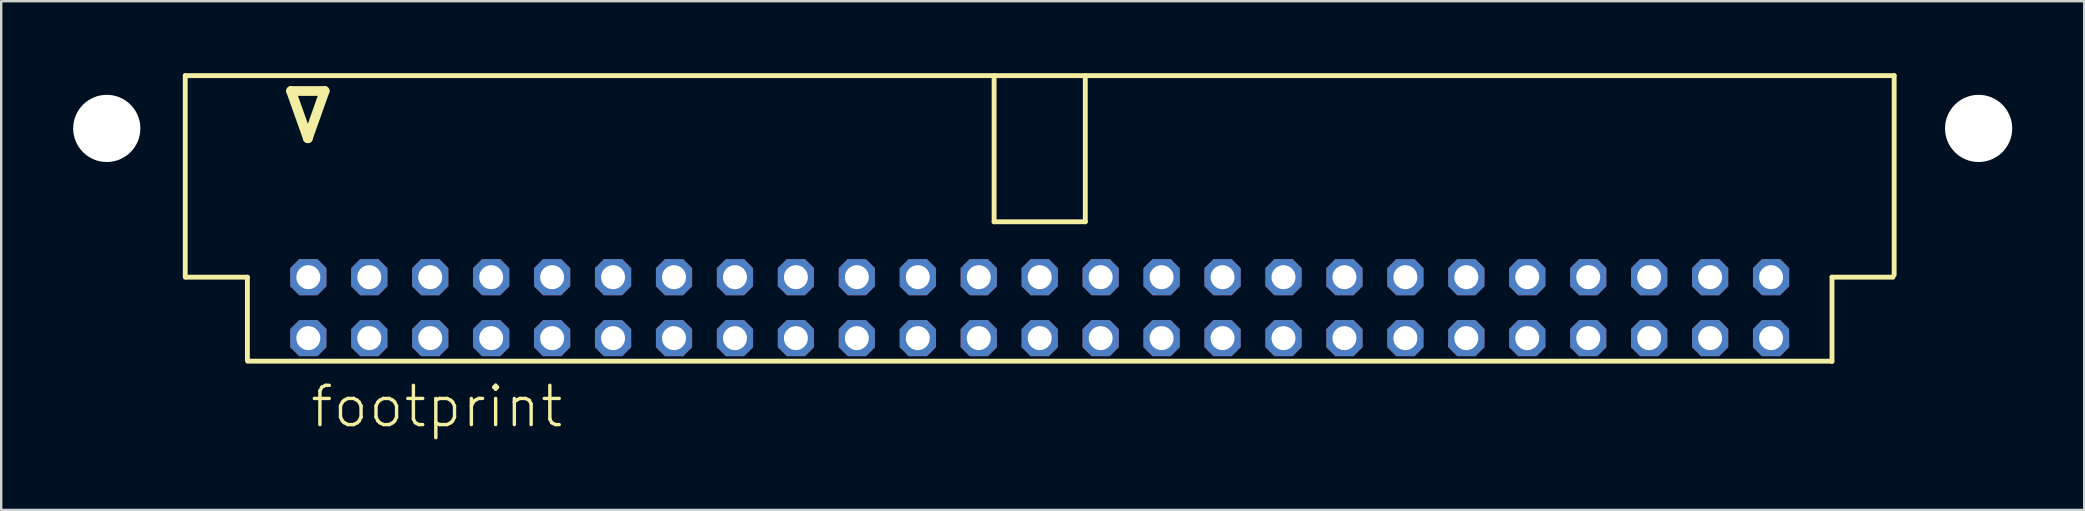
<source format=kicad_pcb>
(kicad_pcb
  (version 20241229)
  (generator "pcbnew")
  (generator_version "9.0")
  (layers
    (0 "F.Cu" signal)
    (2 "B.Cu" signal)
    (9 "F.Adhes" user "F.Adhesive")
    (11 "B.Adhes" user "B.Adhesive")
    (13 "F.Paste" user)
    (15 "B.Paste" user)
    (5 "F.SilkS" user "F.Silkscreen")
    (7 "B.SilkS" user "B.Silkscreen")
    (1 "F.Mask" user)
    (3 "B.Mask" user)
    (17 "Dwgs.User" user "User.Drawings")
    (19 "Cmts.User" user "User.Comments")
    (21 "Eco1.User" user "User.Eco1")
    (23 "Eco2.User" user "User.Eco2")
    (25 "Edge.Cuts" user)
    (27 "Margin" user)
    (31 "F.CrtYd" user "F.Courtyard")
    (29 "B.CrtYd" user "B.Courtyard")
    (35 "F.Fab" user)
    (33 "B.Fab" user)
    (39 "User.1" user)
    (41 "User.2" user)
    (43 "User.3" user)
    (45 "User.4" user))
  (footprint "footprint"
    (layer "F.Cu")
    (at 40.28 5.962)
    (property "Reference" "footprint" (at -30.48 8.89 0) (layer "F.SilkS") (effects (font (size 1.636 1.636) (thickness 0.142)) (justify left bottom)))
    (fp_line (start -35.61 -5.86) (end 35.61 -5.86) (stroke (width 0.203) (type solid)) (layer "F.SilkS"))
    (fp_line (start -35.61 2.54) (end -35.61 -5.86) (stroke (width 0.203) (type solid)) (layer "F.SilkS"))
    (fp_line (start -35.56 2.54) (end -33.02 2.54) (stroke (width 0.203) (type solid)) (layer "F.SilkS"))
    (fp_line (start -33.02 2.54) (end -33.02 5.98) (stroke (width 0.203) (type solid)) (layer "F.SilkS"))
    (fp_line (start -31.2 -5.22) (end -30.5 -3.25) (stroke (width 0.406) (type solid)) (layer "F.SilkS"))
    (fp_line (start -30.5 -3.25) (end -29.8 -5.22) (stroke (width 0.406) (type solid)) (layer "F.SilkS"))
    (fp_line (start -29.8 -5.22) (end -31.2 -5.22) (stroke (width 0.406) (type solid)) (layer "F.SilkS"))
    (fp_line (start -1.9 0.23) (end -1.9 -5.86) (stroke (width 0.203) (type solid)) (layer "F.SilkS"))
    (fp_line (start -1.9 0.23) (end 1.9 0.23) (stroke (width 0.203) (type solid)) (layer "F.SilkS"))
    (fp_line (start 1.9 0.23) (end 1.9 -5.86) (stroke (width 0.203) (type solid)) (layer "F.SilkS"))
    (fp_line (start 33.01 6.04) (end -33.01 6.04) (stroke (width 0.203) (type solid)) (layer "F.SilkS"))
    (fp_line (start 33.02 2.54) (end 33.02 6.05) (stroke (width 0.203) (type solid)) (layer "F.SilkS"))
    (fp_line (start 35.56 2.54) (end 33.02 2.54) (stroke (width 0.203) (type solid)) (layer "F.SilkS"))
    (fp_line (start 35.61 -5.86) (end 35.61 2.44) (stroke (width 0.203) (type solid)) (layer "F.SilkS"))
    (pad "" np_thru_hole circle (at -38.88 -3.66) (size 2.8 2.8) (drill 2.8) (layers "*.Cu" "*.Mask"))
    (pad "" np_thru_hole circle (at 39.13 -3.66) (size 2.8 2.8) (drill 2.8) (layers "*.Cu" "*.Mask"))
    (pad "1" thru_hole roundrect (at -30.48 5.08) (size 1.508 1.508) (drill 1) (layers "*.Cu" "*.Mask") (roundrect_rratio 0.25) (chamfer_ratio 0.25) (chamfer top_left top_right bottom_left bottom_right))
    (pad "2" thru_hole roundrect (at -30.48 2.54) (size 1.508 1.508) (drill 1) (layers "*.Cu" "*.Mask") (roundrect_rratio 0.25) (chamfer_ratio 0.25) (chamfer top_left top_right bottom_left bottom_right))
    (pad "3" thru_hole roundrect (at -27.94 5.08) (size 1.508 1.508) (drill 1) (layers "*.Cu" "*.Mask") (roundrect_rratio 0.25) (chamfer_ratio 0.25) (chamfer top_left top_right bottom_left bottom_right))
    (pad "4" thru_hole roundrect (at -27.94 2.54) (size 1.508 1.508) (drill 1) (layers "*.Cu" "*.Mask") (roundrect_rratio 0.25) (chamfer_ratio 0.25) (chamfer top_left top_right bottom_left bottom_right))
    (pad "5" thru_hole roundrect (at -25.4 5.08) (size 1.508 1.508) (drill 1) (layers "*.Cu" "*.Mask") (roundrect_rratio 0.25) (chamfer_ratio 0.25) (chamfer top_left top_right bottom_left bottom_right))
    (pad "6" thru_hole roundrect (at -25.4 2.54) (size 1.508 1.508) (drill 1) (layers "*.Cu" "*.Mask") (roundrect_rratio 0.25) (chamfer_ratio 0.25) (chamfer top_left top_right bottom_left bottom_right))
    (pad "7" thru_hole roundrect (at -22.86 5.08) (size 1.508 1.508) (drill 1) (layers "*.Cu" "*.Mask") (roundrect_rratio 0.25) (chamfer_ratio 0.25) (chamfer top_left top_right bottom_left bottom_right))
    (pad "8" thru_hole roundrect (at -22.86 2.54) (size 1.508 1.508) (drill 1) (layers "*.Cu" "*.Mask") (roundrect_rratio 0.25) (chamfer_ratio 0.25) (chamfer top_left top_right bottom_left bottom_right))
    (pad "9" thru_hole roundrect (at -20.32 5.08) (size 1.508 1.508) (drill 1) (layers "*.Cu" "*.Mask") (roundrect_rratio 0.25) (chamfer_ratio 0.25) (chamfer top_left top_right bottom_left bottom_right))
    (pad "10" thru_hole roundrect (at -20.32 2.54) (size 1.508 1.508) (drill 1) (layers "*.Cu" "*.Mask") (roundrect_rratio 0.25) (chamfer_ratio 0.25) (chamfer top_left top_right bottom_left bottom_right))
    (pad "11" thru_hole roundrect (at -17.78 5.08) (size 1.508 1.508) (drill 1) (layers "*.Cu" "*.Mask") (roundrect_rratio 0.25) (chamfer_ratio 0.25) (chamfer top_left top_right bottom_left bottom_right))
    (pad "12" thru_hole roundrect (at -17.78 2.54) (size 1.508 1.508) (drill 1) (layers "*.Cu" "*.Mask") (roundrect_rratio 0.25) (chamfer_ratio 0.25) (chamfer top_left top_right bottom_left bottom_right))
    (pad "13" thru_hole roundrect (at -15.24 5.08) (size 1.508 1.508) (drill 1) (layers "*.Cu" "*.Mask") (roundrect_rratio 0.25) (chamfer_ratio 0.25) (chamfer top_left top_right bottom_left bottom_right))
    (pad "14" thru_hole roundrect (at -15.24 2.54) (size 1.508 1.508) (drill 1) (layers "*.Cu" "*.Mask") (roundrect_rratio 0.25) (chamfer_ratio 0.25) (chamfer top_left top_right bottom_left bottom_right))
    (pad "15" thru_hole roundrect (at -12.7 5.08) (size 1.508 1.508) (drill 1) (layers "*.Cu" "*.Mask") (roundrect_rratio 0.25) (chamfer_ratio 0.25) (chamfer top_left top_right bottom_left bottom_right))
    (pad "16" thru_hole roundrect (at -12.7 2.54) (size 1.508 1.508) (drill 1) (layers "*.Cu" "*.Mask") (roundrect_rratio 0.25) (chamfer_ratio 0.25) (chamfer top_left top_right bottom_left bottom_right))
    (pad "17" thru_hole roundrect (at -10.16 5.08) (size 1.508 1.508) (drill 1) (layers "*.Cu" "*.Mask") (roundrect_rratio 0.25) (chamfer_ratio 0.25) (chamfer top_left top_right bottom_left bottom_right))
    (pad "18" thru_hole roundrect (at -10.16 2.54) (size 1.508 1.508) (drill 1) (layers "*.Cu" "*.Mask") (roundrect_rratio 0.25) (chamfer_ratio 0.25) (chamfer top_left top_right bottom_left bottom_right))
    (pad "19" thru_hole roundrect (at -7.62 5.08) (size 1.508 1.508) (drill 1) (layers "*.Cu" "*.Mask") (roundrect_rratio 0.25) (chamfer_ratio 0.25) (chamfer top_left top_right bottom_left bottom_right))
    (pad "20" thru_hole roundrect (at -7.62 2.54) (size 1.508 1.508) (drill 1) (layers "*.Cu" "*.Mask") (roundrect_rratio 0.25) (chamfer_ratio 0.25) (chamfer top_left top_right bottom_left bottom_right))
    (pad "21" thru_hole roundrect (at -5.08 5.08) (size 1.508 1.508) (drill 1) (layers "*.Cu" "*.Mask") (roundrect_rratio 0.25) (chamfer_ratio 0.25) (chamfer top_left top_right bottom_left bottom_right))
    (pad "22" thru_hole roundrect (at -5.08 2.54) (size 1.508 1.508) (drill 1) (layers "*.Cu" "*.Mask") (roundrect_rratio 0.25) (chamfer_ratio 0.25) (chamfer top_left top_right bottom_left bottom_right))
    (pad "23" thru_hole roundrect (at -2.54 5.08) (size 1.508 1.508) (drill 1) (layers "*.Cu" "*.Mask") (roundrect_rratio 0.25) (chamfer_ratio 0.25) (chamfer top_left top_right bottom_left bottom_right))
    (pad "24" thru_hole roundrect (at -2.54 2.54) (size 1.508 1.508) (drill 1) (layers "*.Cu" "*.Mask") (roundrect_rratio 0.25) (chamfer_ratio 0.25) (chamfer top_left top_right bottom_left bottom_right))
    (pad "25" thru_hole roundrect (at 0 5.08) (size 1.508 1.508) (drill 1) (layers "*.Cu" "*.Mask") (roundrect_rratio 0.25) (chamfer_ratio 0.25) (chamfer top_left top_right bottom_left bottom_right))
    (pad "26" thru_hole roundrect (at 0 2.54) (size 1.508 1.508) (drill 1) (layers "*.Cu" "*.Mask") (roundrect_rratio 0.25) (chamfer_ratio 0.25) (chamfer top_left top_right bottom_left bottom_right))
    (pad "27" thru_hole roundrect (at 2.54 5.08) (size 1.508 1.508) (drill 1) (layers "*.Cu" "*.Mask") (roundrect_rratio 0.25) (chamfer_ratio 0.25) (chamfer top_left top_right bottom_left bottom_right))
    (pad "28" thru_hole roundrect (at 2.54 2.54) (size 1.508 1.508) (drill 1) (layers "*.Cu" "*.Mask") (roundrect_rratio 0.25) (chamfer_ratio 0.25) (chamfer top_left top_right bottom_left bottom_right))
    (pad "29" thru_hole roundrect (at 5.08 5.08) (size 1.508 1.508) (drill 1) (layers "*.Cu" "*.Mask") (roundrect_rratio 0.25) (chamfer_ratio 0.25) (chamfer top_left top_right bottom_left bottom_right))
    (pad "30" thru_hole roundrect (at 5.08 2.54) (size 1.508 1.508) (drill 1) (layers "*.Cu" "*.Mask") (roundrect_rratio 0.25) (chamfer_ratio 0.25) (chamfer top_left top_right bottom_left bottom_right))
    (pad "31" thru_hole roundrect (at 7.62 5.08) (size 1.508 1.508) (drill 1) (layers "*.Cu" "*.Mask") (roundrect_rratio 0.25) (chamfer_ratio 0.25) (chamfer top_left top_right bottom_left bottom_right))
    (pad "32" thru_hole roundrect (at 7.62 2.54) (size 1.508 1.508) (drill 1) (layers "*.Cu" "*.Mask") (roundrect_rratio 0.25) (chamfer_ratio 0.25) (chamfer top_left top_right bottom_left bottom_right))
    (pad "33" thru_hole roundrect (at 10.16 5.08) (size 1.508 1.508) (drill 1) (layers "*.Cu" "*.Mask") (roundrect_rratio 0.25) (chamfer_ratio 0.25) (chamfer top_left top_right bottom_left bottom_right))
    (pad "34" thru_hole roundrect (at 10.16 2.54) (size 1.508 1.508) (drill 1) (layers "*.Cu" "*.Mask") (roundrect_rratio 0.25) (chamfer_ratio 0.25) (chamfer top_left top_right bottom_left bottom_right))
    (pad "35" thru_hole roundrect (at 12.7 5.08) (size 1.508 1.508) (drill 1) (layers "*.Cu" "*.Mask") (roundrect_rratio 0.25) (chamfer_ratio 0.25) (chamfer top_left top_right bottom_left bottom_right))
    (pad "36" thru_hole roundrect (at 12.7 2.54) (size 1.508 1.508) (drill 1) (layers "*.Cu" "*.Mask") (roundrect_rratio 0.25) (chamfer_ratio 0.25) (chamfer top_left top_right bottom_left bottom_right))
    (pad "37" thru_hole roundrect (at 15.24 5.08) (size 1.508 1.508) (drill 1) (layers "*.Cu" "*.Mask") (roundrect_rratio 0.25) (chamfer_ratio 0.25) (chamfer top_left top_right bottom_left bottom_right))
    (pad "38" thru_hole roundrect (at 15.24 2.54) (size 1.508 1.508) (drill 1) (layers "*.Cu" "*.Mask") (roundrect_rratio 0.25) (chamfer_ratio 0.25) (chamfer top_left top_right bottom_left bottom_right))
    (pad "39" thru_hole roundrect (at 17.78 5.08) (size 1.508 1.508) (drill 1) (layers "*.Cu" "*.Mask") (roundrect_rratio 0.25) (chamfer_ratio 0.25) (chamfer top_left top_right bottom_left bottom_right))
    (pad "40" thru_hole roundrect (at 17.78 2.54) (size 1.508 1.508) (drill 1) (layers "*.Cu" "*.Mask") (roundrect_rratio 0.25) (chamfer_ratio 0.25) (chamfer top_left top_right bottom_left bottom_right))
    (pad "41" thru_hole roundrect (at 20.32 5.08) (size 1.508 1.508) (drill 1) (layers "*.Cu" "*.Mask") (roundrect_rratio 0.25) (chamfer_ratio 0.25) (chamfer top_left top_right bottom_left bottom_right))
    (pad "42" thru_hole roundrect (at 20.32 2.54) (size 1.508 1.508) (drill 1) (layers "*.Cu" "*.Mask") (roundrect_rratio 0.25) (chamfer_ratio 0.25) (chamfer top_left top_right bottom_left bottom_right))
    (pad "43" thru_hole roundrect (at 22.86 5.08) (size 1.508 1.508) (drill 1) (layers "*.Cu" "*.Mask") (roundrect_rratio 0.25) (chamfer_ratio 0.25) (chamfer top_left top_right bottom_left bottom_right))
    (pad "44" thru_hole roundrect (at 22.86 2.54) (size 1.508 1.508) (drill 1) (layers "*.Cu" "*.Mask") (roundrect_rratio 0.25) (chamfer_ratio 0.25) (chamfer top_left top_right bottom_left bottom_right))
    (pad "45" thru_hole roundrect (at 25.4 5.08) (size 1.508 1.508) (drill 1) (layers "*.Cu" "*.Mask") (roundrect_rratio 0.25) (chamfer_ratio 0.25) (chamfer top_left top_right bottom_left bottom_right))
    (pad "46" thru_hole roundrect (at 25.4 2.54) (size 1.508 1.508) (drill 1) (layers "*.Cu" "*.Mask") (roundrect_rratio 0.25) (chamfer_ratio 0.25) (chamfer top_left top_right bottom_left bottom_right))
    (pad "47" thru_hole roundrect (at 27.94 5.08) (size 1.508 1.508) (drill 1) (layers "*.Cu" "*.Mask") (roundrect_rratio 0.25) (chamfer_ratio 0.25) (chamfer top_left top_right bottom_left bottom_right))
    (pad "48" thru_hole roundrect (at 27.94 2.54) (size 1.508 1.508) (drill 1) (layers "*.Cu" "*.Mask") (roundrect_rratio 0.25) (chamfer_ratio 0.25) (chamfer top_left top_right bottom_left bottom_right))
    (pad "49" thru_hole roundrect (at 30.48 5.08) (size 1.508 1.508) (drill 1) (layers "*.Cu" "*.Mask") (roundrect_rratio 0.25) (chamfer_ratio 0.25) (chamfer top_left top_right bottom_left bottom_right))
    (pad "50" thru_hole roundrect (at 30.48 2.54) (size 1.508 1.508) (drill 1) (layers "*.Cu" "*.Mask") (roundrect_rratio 0.25) (chamfer_ratio 0.25) (chamfer top_left top_right bottom_left bottom_right)))
  (gr_rect
    (start -3 -3)
    (end 83.81 18.202)
    (stroke (width 0.1) (type default))
    (fill no)
    (layer "Edge.Cuts")))
</source>
